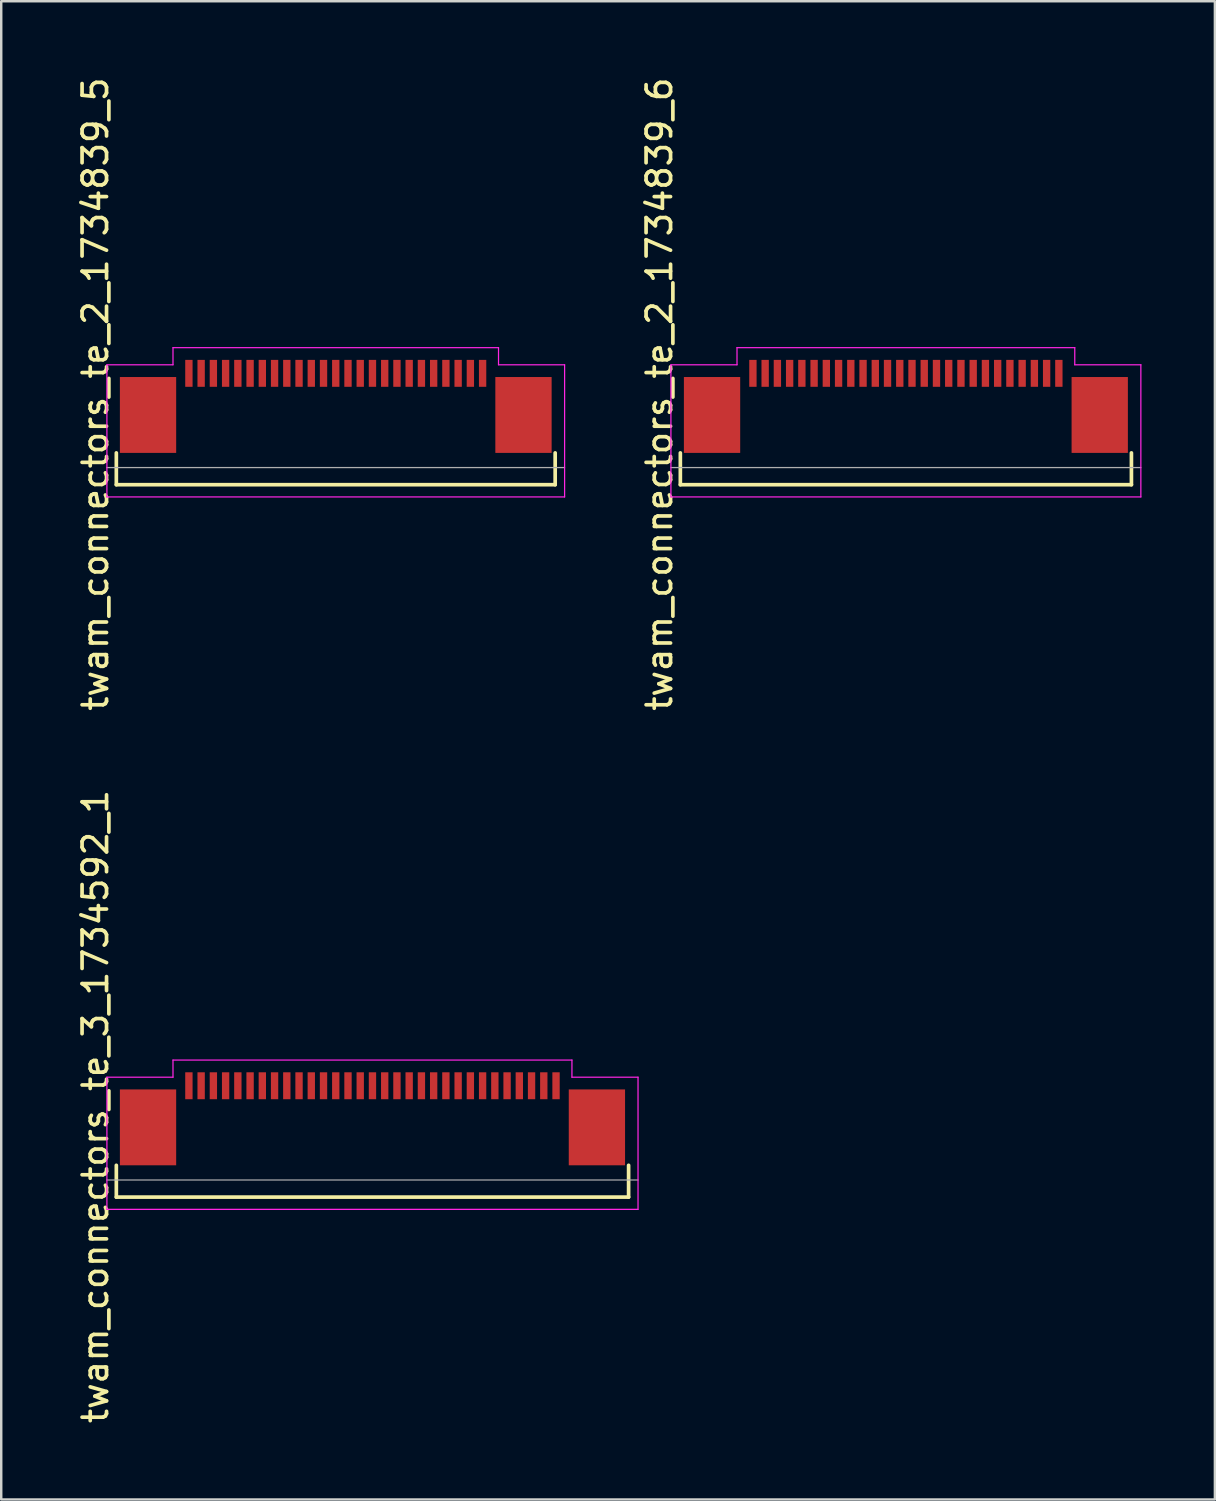
<source format=kicad_pcb>
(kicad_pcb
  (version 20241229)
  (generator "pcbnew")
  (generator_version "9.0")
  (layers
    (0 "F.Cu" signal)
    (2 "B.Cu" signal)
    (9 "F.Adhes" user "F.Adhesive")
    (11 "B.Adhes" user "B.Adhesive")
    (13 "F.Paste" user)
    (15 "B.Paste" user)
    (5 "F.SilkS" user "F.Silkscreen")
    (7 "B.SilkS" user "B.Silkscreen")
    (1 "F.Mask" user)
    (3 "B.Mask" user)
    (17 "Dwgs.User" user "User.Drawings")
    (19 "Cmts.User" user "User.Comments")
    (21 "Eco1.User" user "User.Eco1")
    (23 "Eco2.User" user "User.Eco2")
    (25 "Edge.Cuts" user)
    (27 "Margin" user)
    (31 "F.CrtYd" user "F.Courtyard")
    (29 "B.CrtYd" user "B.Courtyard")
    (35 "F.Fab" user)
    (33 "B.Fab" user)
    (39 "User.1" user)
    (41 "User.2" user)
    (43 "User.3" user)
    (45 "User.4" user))
  (footprint "twam_connectors_te_3_1734592_1"
    (layer "F.Cu")
    (at 12.168 42.161)
    (property "Reference" "twam_connectors_te_3_1734592_1" (at -11.32 0 270) (layer "F.SilkS") (effects (font (size 1 1) (thickness 0.15))))
    (attr smd)
    (fp_line (start -10.465 2.4) (end -10.465 3.7) (stroke (width 0.15) (type solid)) (layer "F.SilkS"))
    (fp_line (start -10.465 3.7) (end 10.465 3.7) (stroke (width 0.15) (type solid)) (layer "F.SilkS"))
    (fp_line (start 10.465 2.4) (end 10.465 3.7) (stroke (width 0.15) (type solid)) (layer "F.SilkS"))
    (fp_line (start -10.85 -1.2) (end -10.85 4.2) (stroke (width 0.05) (type solid)) (layer "F.CrtYd"))
    (fp_line (start -10.85 -1.2) (end -8.15 -1.2) (stroke (width 0.05) (type solid)) (layer "F.CrtYd"))
    (fp_line (start -10.85 4.2) (end 10.85 4.2) (stroke (width 0.05) (type solid)) (layer "F.CrtYd"))
    (fp_line (start -8.15 -1.9) (end -8.15 -1.2) (stroke (width 0.05) (type solid)) (layer "F.CrtYd"))
    (fp_line (start -8.15 -1.9) (end 8.15 -1.9) (stroke (width 0.05) (type solid)) (layer "F.CrtYd"))
    (fp_line (start 8.15 -1.9) (end 8.15 -1.2) (stroke (width 0.05) (type solid)) (layer "F.CrtYd"))
    (fp_line (start 8.15 -1.2) (end 10.85 -1.2) (stroke (width 0.05) (type solid)) (layer "F.CrtYd"))
    (fp_line (start 10.85 -1.2) (end 10.85 4.2) (stroke (width 0.05) (type solid)) (layer "F.CrtYd"))
    (fp_line (start -10.85 3) (end 10.85 3) (stroke (width 0.05) (type solid)) (layer "F.Fab"))
    (pad "1" smd rect (at -7.5 -0.85) (size 0.3 1.1) (layers "F.Cu" "F.Mask" "F.Paste"))
    (pad "2" smd rect (at -7 -0.85) (size 0.3 1.1) (layers "F.Cu" "F.Mask" "F.Paste"))
    (pad "3" smd rect (at -6.5 -0.85) (size 0.3 1.1) (layers "F.Cu" "F.Mask" "F.Paste"))
    (pad "4" smd rect (at -6 -0.85) (size 0.3 1.1) (layers "F.Cu" "F.Mask" "F.Paste"))
    (pad "5" smd rect (at -5.5 -0.85) (size 0.3 1.1) (layers "F.Cu" "F.Mask" "F.Paste"))
    (pad "6" smd rect (at -5 -0.85) (size 0.3 1.1) (layers "F.Cu" "F.Mask" "F.Paste"))
    (pad "7" smd rect (at -4.5 -0.85) (size 0.3 1.1) (layers "F.Cu" "F.Mask" "F.Paste"))
    (pad "8" smd rect (at -4 -0.85) (size 0.3 1.1) (layers "F.Cu" "F.Mask" "F.Paste"))
    (pad "9" smd rect (at -3.5 -0.85) (size 0.3 1.1) (layers "F.Cu" "F.Mask" "F.Paste"))
    (pad "10" smd rect (at -3 -0.85) (size 0.3 1.1) (layers "F.Cu" "F.Mask" "F.Paste"))
    (pad "11" smd rect (at -2.5 -0.85) (size 0.3 1.1) (layers "F.Cu" "F.Mask" "F.Paste"))
    (pad "12" smd rect (at -2 -0.85) (size 0.3 1.1) (layers "F.Cu" "F.Mask" "F.Paste"))
    (pad "13" smd rect (at -1.5 -0.85) (size 0.3 1.1) (layers "F.Cu" "F.Mask" "F.Paste"))
    (pad "14" smd rect (at -1 -0.85) (size 0.3 1.1) (layers "F.Cu" "F.Mask" "F.Paste"))
    (pad "15" smd rect (at -0.5 -0.85) (size 0.3 1.1) (layers "F.Cu" "F.Mask" "F.Paste"))
    (pad "16" smd rect (at 0 -0.85) (size 0.3 1.1) (layers "F.Cu" "F.Mask" "F.Paste"))
    (pad "17" smd rect (at 0.5 -0.85) (size 0.3 1.1) (layers "F.Cu" "F.Mask" "F.Paste"))
    (pad "18" smd rect (at 1 -0.85) (size 0.3 1.1) (layers "F.Cu" "F.Mask" "F.Paste"))
    (pad "19" smd rect (at 1.5 -0.85) (size 0.3 1.1) (layers "F.Cu" "F.Mask" "F.Paste"))
    (pad "20" smd rect (at 2 -0.85) (size 0.3 1.1) (layers "F.Cu" "F.Mask" "F.Paste"))
    (pad "21" smd rect (at 2.5 -0.85) (size 0.3 1.1) (layers "F.Cu" "F.Mask" "F.Paste"))
    (pad "22" smd rect (at 3 -0.85) (size 0.3 1.1) (layers "F.Cu" "F.Mask" "F.Paste"))
    (pad "23" smd rect (at 3.5 -0.85) (size 0.3 1.1) (layers "F.Cu" "F.Mask" "F.Paste"))
    (pad "24" smd rect (at 4 -0.85) (size 0.3 1.1) (layers "F.Cu" "F.Mask" "F.Paste"))
    (pad "25" smd rect (at 4.5 -0.85) (size 0.3 1.1) (layers "F.Cu" "F.Mask" "F.Paste"))
    (pad "26" smd rect (at 5 -0.85) (size 0.3 1.1) (layers "F.Cu" "F.Mask" "F.Paste"))
    (pad "27" smd rect (at 5.5 -0.85) (size 0.3 1.1) (layers "F.Cu" "F.Mask" "F.Paste"))
    (pad "28" smd rect (at 6 -0.85) (size 0.3 1.1) (layers "F.Cu" "F.Mask" "F.Paste"))
    (pad "29" smd rect (at 6.5 -0.85) (size 0.3 1.1) (layers "F.Cu" "F.Mask" "F.Paste"))
    (pad "30" smd rect (at 7 -0.85) (size 0.3 1.1) (layers "F.Cu" "F.Mask" "F.Paste"))
    (pad "31" smd rect (at 7.5 -0.85) (size 0.3 1.1) (layers "F.Cu" "F.Mask" "F.Paste"))
    (pad "F1" smd rect (at -9.17 0.85) (size 2.3 3.1) (layers "F.Cu" "F.Mask" "F.Paste"))
    (pad "F2" smd rect (at 9.17 0.85) (size 2.3 3.1) (layers "F.Cu" "F.Mask" "F.Paste")))
  (footprint "twam_connectors_te_2_1734839_6"
    (layer "F.Cu")
    (at 33.962 13.054)
    (property "Reference" "twam_connectors_te_2_1734839_6" (at -10.07 0 270) (layer "F.SilkS") (effects (font (size 1 1) (thickness 0.15))))
    (attr smd)
    (fp_line (start -9.215 2.4) (end -9.215 3.7) (stroke (width 0.15) (type solid)) (layer "F.SilkS"))
    (fp_line (start -9.215 3.7) (end 9.215 3.7) (stroke (width 0.15) (type solid)) (layer "F.SilkS"))
    (fp_line (start 9.215 2.4) (end 9.215 3.7) (stroke (width 0.15) (type solid)) (layer "F.SilkS"))
    (fp_line (start -9.6 -1.2) (end -9.6 4.2) (stroke (width 0.05) (type solid)) (layer "F.CrtYd"))
    (fp_line (start -9.6 -1.2) (end -6.9 -1.2) (stroke (width 0.05) (type solid)) (layer "F.CrtYd"))
    (fp_line (start -9.6 4.2) (end 9.6 4.2) (stroke (width 0.05) (type solid)) (layer "F.CrtYd"))
    (fp_line (start -6.9 -1.9) (end -6.9 -1.2) (stroke (width 0.05) (type solid)) (layer "F.CrtYd"))
    (fp_line (start -6.9 -1.9) (end 6.9 -1.9) (stroke (width 0.05) (type solid)) (layer "F.CrtYd"))
    (fp_line (start 6.9 -1.9) (end 6.9 -1.2) (stroke (width 0.05) (type solid)) (layer "F.CrtYd"))
    (fp_line (start 6.9 -1.2) (end 9.6 -1.2) (stroke (width 0.05) (type solid)) (layer "F.CrtYd"))
    (fp_line (start 9.6 -1.2) (end 9.6 4.2) (stroke (width 0.05) (type solid)) (layer "F.CrtYd"))
    (fp_line (start -9.6 3) (end 9.6 3) (stroke (width 0.05) (type solid)) (layer "F.Fab"))
    (pad "1" smd rect (at 6.25 -0.85) (size 0.3 1.1) (layers "F.Cu" "F.Mask" "F.Paste"))
    (pad "2" smd rect (at 5.75 -0.85) (size 0.3 1.1) (layers "F.Cu" "F.Mask" "F.Paste"))
    (pad "3" smd rect (at 5.25 -0.85) (size 0.3 1.1) (layers "F.Cu" "F.Mask" "F.Paste"))
    (pad "4" smd rect (at 4.75 -0.85) (size 0.3 1.1) (layers "F.Cu" "F.Mask" "F.Paste"))
    (pad "5" smd rect (at 4.25 -0.85) (size 0.3 1.1) (layers "F.Cu" "F.Mask" "F.Paste"))
    (pad "6" smd rect (at 3.75 -0.85) (size 0.3 1.1) (layers "F.Cu" "F.Mask" "F.Paste"))
    (pad "7" smd rect (at 3.25 -0.85) (size 0.3 1.1) (layers "F.Cu" "F.Mask" "F.Paste"))
    (pad "8" smd rect (at 2.75 -0.85) (size 0.3 1.1) (layers "F.Cu" "F.Mask" "F.Paste"))
    (pad "9" smd rect (at 2.25 -0.85) (size 0.3 1.1) (layers "F.Cu" "F.Mask" "F.Paste"))
    (pad "10" smd rect (at 1.75 -0.85) (size 0.3 1.1) (layers "F.Cu" "F.Mask" "F.Paste"))
    (pad "11" smd rect (at 1.25 -0.85) (size 0.3 1.1) (layers "F.Cu" "F.Mask" "F.Paste"))
    (pad "12" smd rect (at 0.75 -0.85) (size 0.3 1.1) (layers "F.Cu" "F.Mask" "F.Paste"))
    (pad "13" smd rect (at 0.25 -0.85) (size 0.3 1.1) (layers "F.Cu" "F.Mask" "F.Paste"))
    (pad "14" smd rect (at -0.25 -0.85) (size 0.3 1.1) (layers "F.Cu" "F.Mask" "F.Paste"))
    (pad "15" smd rect (at -0.75 -0.85) (size 0.3 1.1) (layers "F.Cu" "F.Mask" "F.Paste"))
    (pad "16" smd rect (at -1.25 -0.85) (size 0.3 1.1) (layers "F.Cu" "F.Mask" "F.Paste"))
    (pad "17" smd rect (at -1.75 -0.85) (size 0.3 1.1) (layers "F.Cu" "F.Mask" "F.Paste"))
    (pad "18" smd rect (at -2.25 -0.85) (size 0.3 1.1) (layers "F.Cu" "F.Mask" "F.Paste"))
    (pad "19" smd rect (at -2.75 -0.85) (size 0.3 1.1) (layers "F.Cu" "F.Mask" "F.Paste"))
    (pad "20" smd rect (at -3.25 -0.85) (size 0.3 1.1) (layers "F.Cu" "F.Mask" "F.Paste"))
    (pad "21" smd rect (at -3.75 -0.85) (size 0.3 1.1) (layers "F.Cu" "F.Mask" "F.Paste"))
    (pad "22" smd rect (at -4.25 -0.85) (size 0.3 1.1) (layers "F.Cu" "F.Mask" "F.Paste"))
    (pad "23" smd rect (at -4.75 -0.85) (size 0.3 1.1) (layers "F.Cu" "F.Mask" "F.Paste"))
    (pad "24" smd rect (at -5.25 -0.85) (size 0.3 1.1) (layers "F.Cu" "F.Mask" "F.Paste"))
    (pad "25" smd rect (at -5.75 -0.85) (size 0.3 1.1) (layers "F.Cu" "F.Mask" "F.Paste"))
    (pad "26" smd rect (at -6.25 -0.85) (size 0.3 1.1) (layers "F.Cu" "F.Mask" "F.Paste"))
    (pad "F1" smd rect (at -7.92 0.85) (size 2.3 3.1) (layers "F.Cu" "F.Mask" "F.Paste"))
    (pad "F2" smd rect (at 7.92 0.85) (size 2.3 3.1) (layers "F.Cu" "F.Mask" "F.Paste")))
  (footprint "twam_connectors_te_2_1734839_5"
    (layer "F.Cu")
    (at 10.668 13.054)
    (property "Reference" "twam_connectors_te_2_1734839_5" (at -9.82 0 270) (layer "F.SilkS") (effects (font (size 1 1) (thickness 0.15))))
    (attr smd)
    (fp_line (start -8.965 2.4) (end -8.965 3.7) (stroke (width 0.15) (type solid)) (layer "F.SilkS"))
    (fp_line (start -8.965 3.7) (end 8.965 3.7) (stroke (width 0.15) (type solid)) (layer "F.SilkS"))
    (fp_line (start 8.965 2.4) (end 8.965 3.7) (stroke (width 0.15) (type solid)) (layer "F.SilkS"))
    (fp_line (start -9.35 -1.2) (end -9.35 4.2) (stroke (width 0.05) (type solid)) (layer "F.CrtYd"))
    (fp_line (start -9.35 -1.2) (end -6.65 -1.2) (stroke (width 0.05) (type solid)) (layer "F.CrtYd"))
    (fp_line (start -9.35 4.2) (end 9.35 4.2) (stroke (width 0.05) (type solid)) (layer "F.CrtYd"))
    (fp_line (start -6.65 -1.9) (end -6.65 -1.2) (stroke (width 0.05) (type solid)) (layer "F.CrtYd"))
    (fp_line (start -6.65 -1.9) (end 6.65 -1.9) (stroke (width 0.05) (type solid)) (layer "F.CrtYd"))
    (fp_line (start 6.65 -1.9) (end 6.65 -1.2) (stroke (width 0.05) (type solid)) (layer "F.CrtYd"))
    (fp_line (start 6.65 -1.2) (end 9.35 -1.2) (stroke (width 0.05) (type solid)) (layer "F.CrtYd"))
    (fp_line (start 9.35 -1.2) (end 9.35 4.2) (stroke (width 0.05) (type solid)) (layer "F.CrtYd"))
    (fp_line (start -9.35 3) (end 9.35 3) (stroke (width 0.05) (type solid)) (layer "F.Fab"))
    (pad "1" smd rect (at 6 -0.85) (size 0.3 1.1) (layers "F.Cu" "F.Mask" "F.Paste"))
    (pad "2" smd rect (at 5.5 -0.85) (size 0.3 1.1) (layers "F.Cu" "F.Mask" "F.Paste"))
    (pad "3" smd rect (at 5 -0.85) (size 0.3 1.1) (layers "F.Cu" "F.Mask" "F.Paste"))
    (pad "4" smd rect (at 4.5 -0.85) (size 0.3 1.1) (layers "F.Cu" "F.Mask" "F.Paste"))
    (pad "5" smd rect (at 4 -0.85) (size 0.3 1.1) (layers "F.Cu" "F.Mask" "F.Paste"))
    (pad "6" smd rect (at 3.5 -0.85) (size 0.3 1.1) (layers "F.Cu" "F.Mask" "F.Paste"))
    (pad "7" smd rect (at 3 -0.85) (size 0.3 1.1) (layers "F.Cu" "F.Mask" "F.Paste"))
    (pad "8" smd rect (at 2.5 -0.85) (size 0.3 1.1) (layers "F.Cu" "F.Mask" "F.Paste"))
    (pad "9" smd rect (at 2 -0.85) (size 0.3 1.1) (layers "F.Cu" "F.Mask" "F.Paste"))
    (pad "10" smd rect (at 1.5 -0.85) (size 0.3 1.1) (layers "F.Cu" "F.Mask" "F.Paste"))
    (pad "11" smd rect (at 1 -0.85) (size 0.3 1.1) (layers "F.Cu" "F.Mask" "F.Paste"))
    (pad "12" smd rect (at 0.5 -0.85) (size 0.3 1.1) (layers "F.Cu" "F.Mask" "F.Paste"))
    (pad "13" smd rect (at 0 -0.85) (size 0.3 1.1) (layers "F.Cu" "F.Mask" "F.Paste"))
    (pad "14" smd rect (at -0.5 -0.85) (size 0.3 1.1) (layers "F.Cu" "F.Mask" "F.Paste"))
    (pad "15" smd rect (at -1 -0.85) (size 0.3 1.1) (layers "F.Cu" "F.Mask" "F.Paste"))
    (pad "16" smd rect (at -1.5 -0.85) (size 0.3 1.1) (layers "F.Cu" "F.Mask" "F.Paste"))
    (pad "17" smd rect (at -2 -0.85) (size 0.3 1.1) (layers "F.Cu" "F.Mask" "F.Paste"))
    (pad "18" smd rect (at -2.5 -0.85) (size 0.3 1.1) (layers "F.Cu" "F.Mask" "F.Paste"))
    (pad "19" smd rect (at -3 -0.85) (size 0.3 1.1) (layers "F.Cu" "F.Mask" "F.Paste"))
    (pad "20" smd rect (at -3.5 -0.85) (size 0.3 1.1) (layers "F.Cu" "F.Mask" "F.Paste"))
    (pad "21" smd rect (at -4 -0.85) (size 0.3 1.1) (layers "F.Cu" "F.Mask" "F.Paste"))
    (pad "22" smd rect (at -4.5 -0.85) (size 0.3 1.1) (layers "F.Cu" "F.Mask" "F.Paste"))
    (pad "23" smd rect (at -5 -0.85) (size 0.3 1.1) (layers "F.Cu" "F.Mask" "F.Paste"))
    (pad "24" smd rect (at -5.5 -0.85) (size 0.3 1.1) (layers "F.Cu" "F.Mask" "F.Paste"))
    (pad "25" smd rect (at -6 -0.85) (size 0.3 1.1) (layers "F.Cu" "F.Mask" "F.Paste"))
    (pad "F1" smd rect (at -7.67 0.85) (size 2.3 3.1) (layers "F.Cu" "F.Mask" "F.Paste"))
    (pad "F2" smd rect (at 7.67 0.85) (size 2.3 3.1) (layers "F.Cu" "F.Mask" "F.Paste")))
  (gr_rect
    (start -3 -3)
    (end 46.587 58.214)
    (stroke (width 0.1) (type default))
    (fill no)
    (layer "Edge.Cuts")))
</source>
